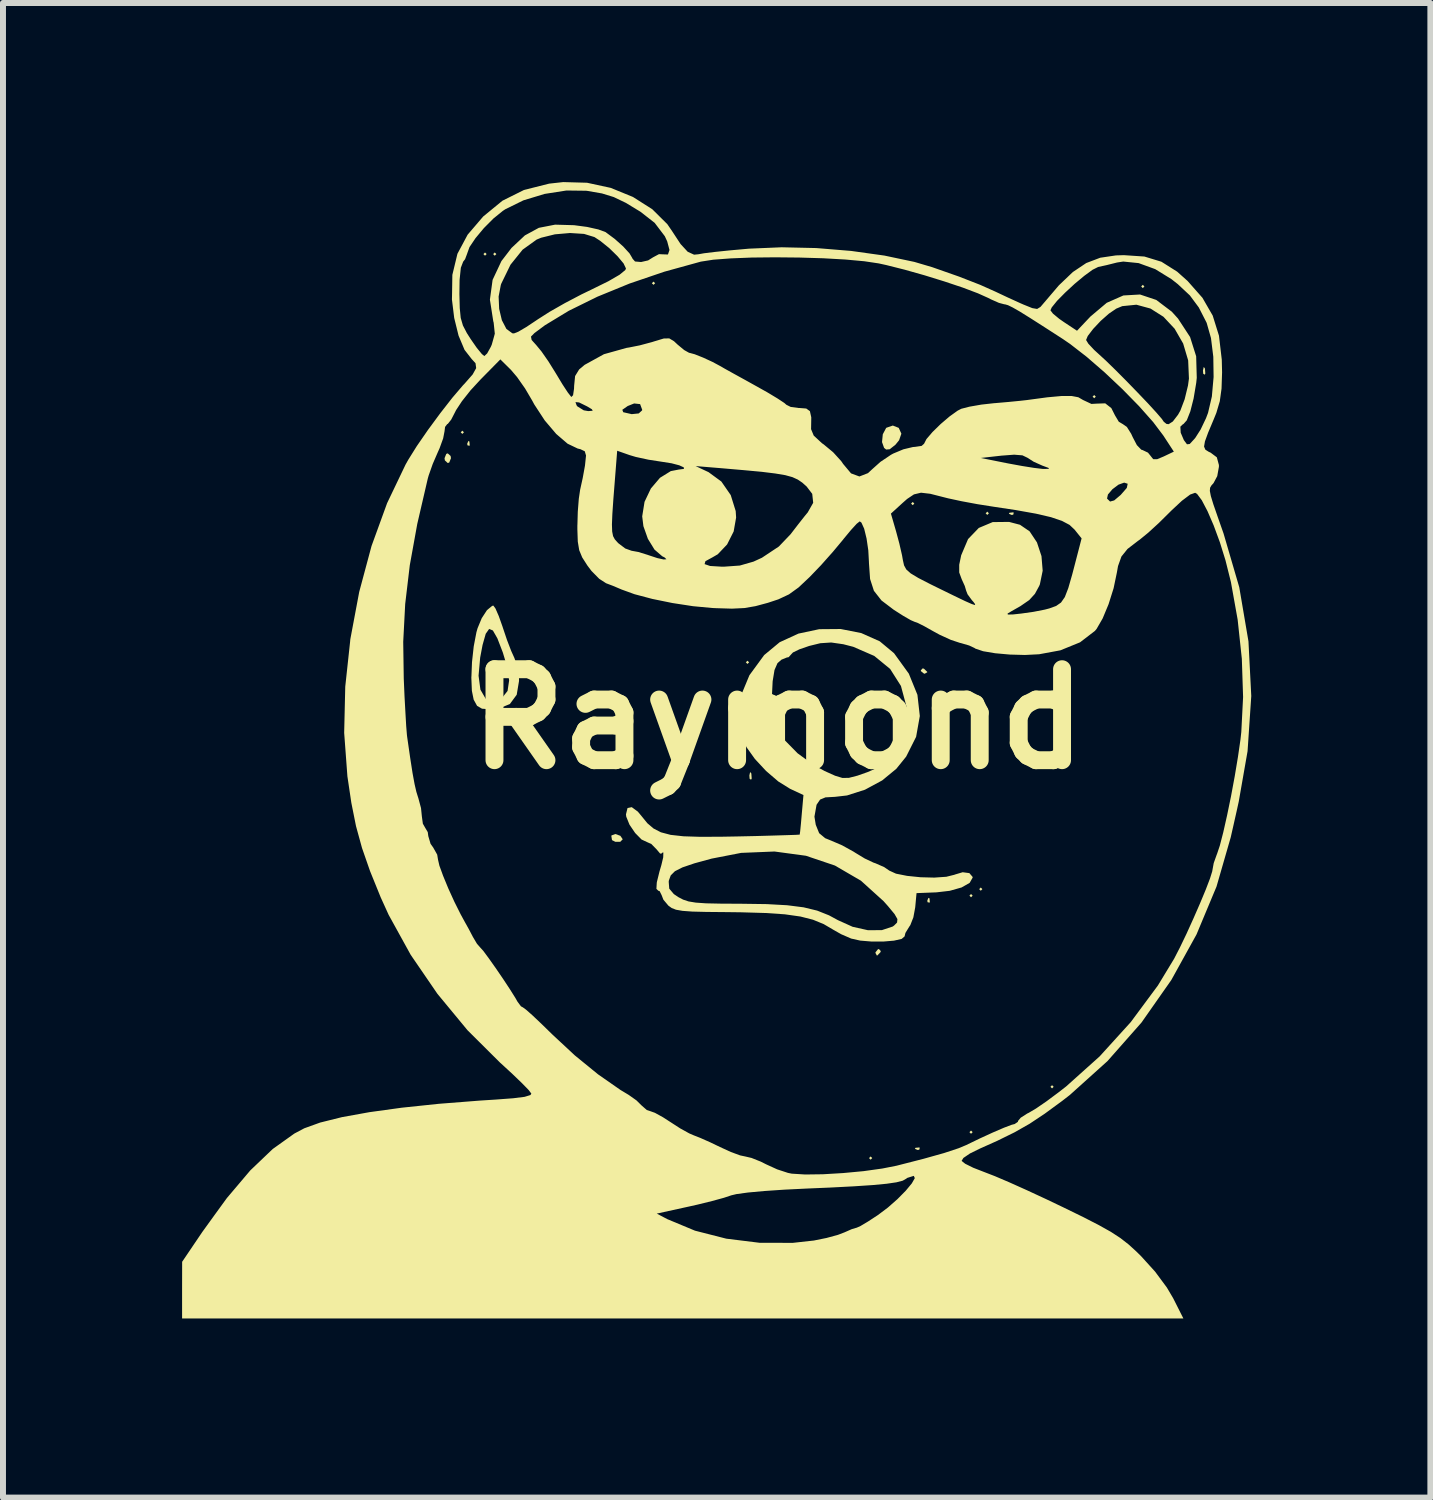
<source format=kicad_pcb>
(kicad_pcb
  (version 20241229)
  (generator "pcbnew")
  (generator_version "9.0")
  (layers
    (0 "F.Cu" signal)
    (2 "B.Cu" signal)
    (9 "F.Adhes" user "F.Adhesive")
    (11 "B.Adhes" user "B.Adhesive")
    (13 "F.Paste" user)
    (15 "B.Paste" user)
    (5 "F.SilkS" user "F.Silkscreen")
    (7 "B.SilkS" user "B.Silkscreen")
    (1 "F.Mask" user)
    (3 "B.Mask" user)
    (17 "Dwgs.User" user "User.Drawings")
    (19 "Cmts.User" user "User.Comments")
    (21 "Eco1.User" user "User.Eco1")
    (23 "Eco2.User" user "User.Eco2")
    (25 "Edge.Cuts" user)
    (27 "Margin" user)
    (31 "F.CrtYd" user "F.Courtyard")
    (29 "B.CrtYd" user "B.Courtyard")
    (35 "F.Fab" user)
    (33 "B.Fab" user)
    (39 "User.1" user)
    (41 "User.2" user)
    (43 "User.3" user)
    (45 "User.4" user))
  (footprint "Raymond"
    (layer "F.Cu")
    (at 9.986 8.994)
    (property "Reference" "Raymond" (at 0 0 0) (layer "F.SilkS") (effects (font (size 1.524 1.524) (thickness 0.3))))
    (attr board_only exclude_from_pos_files exclude_from_bom)
    (fp_poly (pts (xy -5.265 -4.803) (xy -5.292 -4.776) (xy -5.319 -4.803) (xy -5.292 -4.83)) (stroke (width 0) (type solid)) (fill yes) (layer "F.SilkS"))
    (fp_poly (pts (xy -4.885 -7.788) (xy -4.912 -7.761) (xy -4.939 -7.788) (xy -4.912 -7.815)) (stroke (width 0) (type solid)) (fill yes) (layer "F.SilkS"))
    (fp_poly (pts (xy -4.722 -7.788) (xy -4.749 -7.761) (xy -4.776 -7.788) (xy -4.749 -7.815)) (stroke (width 0) (type solid)) (fill yes) (layer "F.SilkS"))
    (fp_poly (pts (xy -2.062 -7.3) (xy -2.09 -7.273) (xy -2.117 -7.3) (xy -2.09 -7.327)) (stroke (width 0) (type solid)) (fill yes) (layer "F.SilkS"))
    (fp_poly (pts (xy -0.488 -0.95) (xy -0.516 -0.923) (xy -0.543 -0.95) (xy -0.516 -0.977)) (stroke (width 0) (type solid)) (fill yes) (layer "F.SilkS"))
    (fp_poly (pts (xy 1.574 7.354) (xy 1.547 7.381) (xy 1.52 7.354) (xy 1.547 7.327)) (stroke (width 0) (type solid)) (fill yes) (layer "F.SilkS"))
    (fp_poly (pts (xy 2.279 -3.609) (xy 2.252 -3.582) (xy 2.225 -3.609) (xy 2.252 -3.636)) (stroke (width 0) (type solid)) (fill yes) (layer "F.SilkS"))
    (fp_poly (pts (xy 3.256 2.958) (xy 3.229 2.985) (xy 3.202 2.958) (xy 3.229 2.931)) (stroke (width 0) (type solid)) (fill yes) (layer "F.SilkS"))
    (fp_poly (pts (xy 3.256 6.92) (xy 3.229 6.947) (xy 3.202 6.92) (xy 3.229 6.893)) (stroke (width 0) (type solid)) (fill yes) (layer "F.SilkS"))
    (fp_poly (pts (xy 3.419 2.849) (xy 3.392 2.876) (xy 3.365 2.849) (xy 3.392 2.822)) (stroke (width 0) (type solid)) (fill yes) (layer "F.SilkS"))
    (fp_poly (pts (xy 3.528 -3.446) (xy 3.501 -3.419) (xy 3.474 -3.446) (xy 3.501 -3.474)) (stroke (width 0) (type solid)) (fill yes) (layer "F.SilkS"))
    (fp_poly (pts (xy 4.613 6.16) (xy 4.586 6.187) (xy 4.559 6.16) (xy 4.586 6.133)) (stroke (width 0) (type solid)) (fill yes) (layer "F.SilkS"))
    (fp_poly (pts (xy 5.319 -5.4) (xy 5.292 -5.373) (xy 5.265 -5.4) (xy 5.292 -5.427)) (stroke (width 0) (type solid)) (fill yes) (layer "F.SilkS"))
    (fp_poly (pts (xy 6.133 -7.246) (xy 6.106 -7.218) (xy 6.079 -7.246) (xy 6.106 -7.273)) (stroke (width 0) (type solid)) (fill yes) (layer "F.SilkS"))
    (fp_poly (pts (xy -5.174 -4.649) (xy -5.168 -4.585) (xy -5.174 -4.577) (xy -5.206 -4.585) (xy -5.21 -4.613) (xy -5.19 -4.658)) (stroke (width 0) (type solid)) (fill yes) (layer "F.SilkS"))
    (fp_poly (pts (xy -0.451 0.912) (xy -0.445 0.997) (xy -0.456 1.016) (xy -0.48 1) (xy -0.484 0.945) (xy -0.471 0.887)) (stroke (width 0) (type solid)) (fill yes) (layer "F.SilkS"))
    (fp_poly (pts (xy 2.37 7.182) (xy 2.362 7.214) (xy 2.334 7.218) (xy 2.289 7.199) (xy 2.298 7.182) (xy 2.362 7.176)) (stroke (width 0) (type solid)) (fill yes) (layer "F.SilkS"))
    (fp_poly (pts (xy 2.533 3.003) (xy 2.539 3.068) (xy 2.533 3.075) (xy 2.5 3.068) (xy 2.497 3.039) (xy 2.516 2.995)) (stroke (width 0) (type solid)) (fill yes) (layer "F.SilkS"))
    (fp_poly (pts (xy 3.944 -3.455) (xy 3.936 -3.423) (xy 3.908 -3.419) (xy 3.863 -3.439) (xy 3.872 -3.455) (xy 3.936 -3.462)) (stroke (width 0) (type solid)) (fill yes) (layer "F.SilkS"))
    (fp_poly (pts (xy 7.147 -5.872) (xy 7.153 -5.787) (xy 7.143 -5.768) (xy 7.118 -5.784) (xy 7.114 -5.839) (xy 7.127 -5.897)) (stroke (width 0) (type solid)) (fill yes) (layer "F.SilkS"))
    (fp_poly (pts (xy -5.488 -4.406) (xy -5.482 -4.369) (xy -5.511 -4.297) (xy -5.536 -4.288) (xy -5.584 -4.332) (xy -5.59 -4.369) (xy -5.561 -4.441) (xy -5.536 -4.45)) (stroke (width 0) (type solid)) (fill yes) (layer "F.SilkS"))
    (fp_poly (pts (xy -2.645 1.956) (xy -2.605 2.014) (xy -2.646 2.056) (xy -2.73 2.056) (xy -2.785 2.028) (xy -2.796 1.957) (xy -2.792 1.949) (xy -2.728 1.926)) (stroke (width 0) (type solid)) (fill yes) (layer "F.SilkS"))
    (fp_poly (pts (xy 1.718 3.887) (xy 1.71 3.908) (xy 1.661 3.959) (xy 1.652 3.962) (xy 1.629 3.92) (xy 1.628 3.908) (xy 1.67 3.856) (xy 1.686 3.853)) (stroke (width 0) (type solid)) (fill yes) (layer "F.SilkS"))
    (fp_poly (pts (xy 2.442 -0.841) (xy 2.494 -0.792) (xy 2.497 -0.784) (xy 2.455 -0.76) (xy 2.442 -0.76) (xy 2.39 -0.802) (xy 2.388 -0.817) (xy 2.421 -0.85)) (stroke (width 0) (type solid)) (fill yes) (layer "F.SilkS"))
    (fp_poly (pts (xy 2.018 -4.877) (xy 2.062 -4.78) (xy 2.062 -4.779) (xy 2.024 -4.67) (xy 1.963 -4.595) (xy 1.867 -4.519) (xy 1.807 -4.514) (xy 1.773 -4.541) (xy 1.738 -4.639) (xy 1.751 -4.77) (xy 1.806 -4.874) (xy 1.811 -4.879) (xy 1.919 -4.916)) (stroke (width 0) (type solid)) (fill yes) (layer "F.SilkS"))
    (fp_poly (pts (xy -4.737 -1.852) (xy -4.682 -1.726) (xy -4.619 -1.549) (xy -4.614 -1.533) (xy -4.544 -1.325) (xy -4.473 -1.14) (xy -4.42 -1.023) (xy -4.37 -0.876) (xy -4.343 -0.689) (xy -4.342 -0.639) (xy -4.381 -0.407) (xy -4.496 -0.251) (xy -4.688 -0.173) (xy -4.814 -0.163) (xy -4.962 -0.173) (xy -5.045 -0.221) (xy -5.102 -0.325) (xy -5.132 -0.473) (xy -5.141 -0.694) (xy -5.139 -0.726) (xy -5.02 -0.726) (xy -4.989 -0.492) (xy -4.901 -0.34) (xy -4.868 -0.314) (xy -4.793 -0.278) (xy -4.724 -0.292) (xy -4.625 -0.356) (xy -4.534 -0.471) (xy -4.508 -0.647) (xy -4.547 -0.894) (xy -4.614 -1.116) (xy -4.705 -1.352) (xy -4.78 -1.483) (xy -4.843 -1.509) (xy -4.9 -1.428) (xy -4.953 -1.241) (xy -4.993 -1.03) (xy -5.02 -0.726) (xy -5.139 -0.726) (xy -5.13 -0.953) (xy -5.101 -1.217) (xy -5.056 -1.453) (xy -5.037 -1.52) (xy -4.967 -1.689) (xy -4.879 -1.824) (xy -4.793 -1.895) (xy -4.772 -1.9)) (stroke (width 0) (type solid)) (fill yes) (layer "F.SilkS"))
    (fp_poly (pts (xy 1.39 -1.44) (xy 1.7 -1.302) (xy 1.939 -1.103) (xy 2.187 -0.76) (xy 2.331 -0.406) (xy 2.371 -0.05) (xy 2.309 0.298) (xy 2.142 0.63) (xy 1.978 0.833) (xy 1.741 1.028) (xy 1.452 1.184) (xy 1.152 1.28) (xy 0.952 1.303) (xy 0.791 1.312) (xy 0.701 1.349) (xy 0.644 1.432) (xy 0.641 1.439) (xy 0.606 1.635) (xy 0.628 1.771) (xy 0.685 1.912) (xy 0.786 1.996) (xy 0.885 2.036) (xy 1.069 2.115) (xy 1.259 2.22) (xy 1.292 2.241) (xy 1.449 2.336) (xy 1.595 2.405) (xy 1.628 2.416) (xy 1.774 2.48) (xy 1.86 2.539) (xy 1.972 2.59) (xy 2.158 2.627) (xy 2.383 2.65) (xy 2.614 2.656) (xy 2.815 2.642) (xy 2.952 2.608) (xy 2.958 2.605) (xy 3.089 2.566) (xy 3.201 2.581) (xy 3.256 2.645) (xy 3.256 2.656) (xy 3.206 2.744) (xy 3.071 2.821) (xy 2.873 2.877) (xy 2.65 2.903) (xy 2.316 2.916) (xy 2.294 3.154) (xy 2.263 3.322) (xy 2.212 3.452) (xy 2.194 3.478) (xy 2.13 3.583) (xy 2.116 3.641) (xy 2.067 3.683) (xy 1.938 3.712) (xy 1.761 3.727) (xy 1.562 3.727) (xy 1.372 3.711) (xy 1.221 3.677) (xy 1.053 3.604) (xy 0.923 3.53) (xy 0.761 3.435) (xy 0.583 3.362) (xy 0.372 3.308) (xy 0.111 3.271) (xy -0.216 3.249) (xy -0.627 3.237) (xy -0.876 3.234) (xy -1.203 3.231) (xy -1.44 3.225) (xy -1.604 3.213) (xy -1.713 3.194) (xy -1.786 3.165) (xy -1.84 3.126) (xy -1.924 3.026) (xy -1.954 2.949) (xy -1.987 2.883) (xy -2.009 2.876) (xy -2.041 2.845) (xy -2.035 2.742) (xy -2.032 2.726) (xy -1.835 2.726) (xy -1.826 2.841) (xy -1.749 2.932) (xy -1.672 2.984) (xy -1.593 3.025) (xy -1.503 3.055) (xy -1.382 3.075) (xy -1.211 3.087) (xy -0.971 3.092) (xy -0.643 3.094) (xy -0.624 3.094) (xy -0.193 3.1) (xy 0.15 3.119) (xy 0.425 3.154) (xy 0.652 3.209) (xy 0.85 3.288) (xy 1 3.369) (xy 1.246 3.48) (xy 1.501 3.537) (xy 1.735 3.536) (xy 1.916 3.476) (xy 1.94 3.459) (xy 1.99 3.409) (xy 1.996 3.351) (xy 1.948 3.267) (xy 1.838 3.134) (xy 1.764 3.051) (xy 1.385 2.708) (xy 0.949 2.454) (xy 0.463 2.29) (xy -0.063 2.219) (xy -0.622 2.242) (xy -1.116 2.338) (xy -1.405 2.417) (xy -1.605 2.485) (xy -1.731 2.549) (xy -1.801 2.619) (xy -1.832 2.704) (xy -1.835 2.726) (xy -2.032 2.726) (xy -1.99 2.555) (xy -1.958 2.446) (xy -1.927 2.316) (xy -1.925 2.239) (xy -1.928 2.233) (xy -1.953 2.245) (xy -1.954 2.255) (xy -1.979 2.253) (xy -2.038 2.183) (xy -2.126 2.093) (xy -2.196 2.062) (xy -2.29 2.018) (xy -2.397 1.909) (xy -2.492 1.769) (xy -2.546 1.636) (xy -2.551 1.597) (xy -2.525 1.491) (xy -2.454 1.476) (xy -2.352 1.551) (xy -2.288 1.628) (xy -2.193 1.745) (xy -2.09 1.833) (xy -1.966 1.897) (xy -1.804 1.94) (xy -1.588 1.964) (xy -1.303 1.973) (xy -0.934 1.971) (xy -0.706 1.967) (xy -0.38 1.96) (xy -0.094 1.952) (xy 0.136 1.945) (xy 0.292 1.94) (xy 0.358 1.936) (xy 0.359 1.935) (xy 0.367 1.881) (xy 0.38 1.75) (xy 0.393 1.6) (xy 0.422 1.273) (xy 0.197 1.168) (xy 0.001 1.046) (xy -0.204 0.87) (xy -0.391 0.669) (xy -0.533 0.47) (xy -0.597 0.329) (xy -0.659 -0.048) (xy -0.622 -0.398) (xy -0.619 -0.406) (xy -0.105 -0.406) (xy -0.095 -0.173) (xy -0.064 0.03) (xy -0.035 0.126) (xy 0.105 0.351) (xy 0.324 0.574) (xy 0.597 0.773) (xy 0.775 0.87) (xy 0.953 0.95) (xy 1.075 0.987) (xy 1.184 0.985) (xy 1.32 0.95) (xy 1.325 0.949) (xy 1.498 0.888) (xy 1.645 0.823) (xy 1.677 0.805) (xy 1.786 0.701) (xy 1.86 0.583) (xy 1.919 0.478) (xy 1.966 0.434) (xy 2.027 0.386) (xy 2.084 0.261) (xy 2.129 0.095) (xy 2.152 -0.081) (xy 2.149 -0.204) (xy 2.055 -0.554) (xy 1.874 -0.839) (xy 1.608 -1.057) (xy 1.256 -1.21) (xy 1.089 -1.253) (xy 0.887 -1.282) (xy 0.704 -1.27) (xy 0.517 -1.224) (xy 0.355 -1.168) (xy 0.246 -1.115) (xy 0.217 -1.084) (xy 0.174 -1.036) (xy 0.144 -1.031) (xy 0.053 -0.994) (xy -0.013 -0.936) (xy -0.063 -0.821) (xy -0.094 -0.633) (xy -0.105 -0.406) (xy -0.619 -0.406) (xy -0.483 -0.734) (xy -0.24 -1.066) (xy -0.234 -1.073) (xy 0.024 -1.287) (xy 0.338 -1.431) (xy 0.686 -1.505) (xy 1.045 -1.508)) (stroke (width 0) (type solid)) (fill yes) (layer "F.SilkS"))
    (fp_poly (pts (xy -3.203 -8.983) (xy -2.806 -8.897) (xy -2.434 -8.745) (xy -2.11 -8.539) (xy -1.858 -8.289) (xy -1.78 -8.175) (xy -1.636 -7.956) (xy -1.517 -7.827) (xy -1.41 -7.778) (xy -1.338 -7.785) (xy -1.242 -7.802) (xy -1.062 -7.824) (xy -0.822 -7.849) (xy -0.545 -7.874) (xy -0.488 -7.879) (xy 0.057 -7.902) (xy 0.637 -7.889) (xy 1.22 -7.841) (xy 1.778 -7.763) (xy 2.28 -7.657) (xy 2.578 -7.569) (xy 3.028 -7.411) (xy 3.382 -7.273) (xy 3.635 -7.16) (xy 3.841 -7.063) (xy 4.056 -6.965) (xy 4.111 -6.941) (xy 4.255 -6.883) (xy 4.336 -6.869) (xy 4.392 -6.903) (xy 4.438 -6.957) (xy 4.701 -7.265) (xy 4.935 -7.488) (xy 5.159 -7.638) (xy 5.393 -7.727) (xy 5.657 -7.766) (xy 5.79 -7.77) (xy 6.133 -7.747) (xy 6.418 -7.66) (xy 6.681 -7.494) (xy 6.856 -7.338) (xy 7.105 -7.056) (xy 7.277 -6.758) (xy 7.382 -6.421) (xy 7.429 -6.019) (xy 7.434 -5.807) (xy 7.425 -5.535) (xy 7.396 -5.324) (xy 7.338 -5.128) (xy 7.294 -5.02) (xy 7.2 -4.796) (xy 7.147 -4.651) (xy 7.132 -4.564) (xy 7.154 -4.512) (xy 7.211 -4.476) (xy 7.242 -4.462) (xy 7.346 -4.384) (xy 7.381 -4.255) (xy 7.381 -4.225) (xy 7.353 -4.069) (xy 7.291 -3.952) (xy 7.255 -3.912) (xy 7.233 -3.874) (xy 7.229 -3.821) (xy 7.246 -3.734) (xy 7.288 -3.597) (xy 7.359 -3.392) (xy 7.459 -3.107) (xy 7.722 -2.207) (xy 7.876 -1.301) (xy 7.923 -0.386) (xy 7.861 0.538) (xy 7.713 1.384) (xy 7.676 1.552) (xy 7.626 1.774) (xy 7.579 1.981) (xy 7.341 2.806) (xy 7.006 3.608) (xy 6.584 4.371) (xy 6.084 5.084) (xy 5.514 5.73) (xy 4.884 6.297) (xy 4.755 6.397) (xy 4.463 6.611) (xy 4.209 6.78) (xy 3.955 6.924) (xy 3.666 7.066) (xy 3.382 7.193) (xy 3.211 7.277) (xy 3.101 7.352) (xy 3.071 7.401) (xy 3.131 7.449) (xy 3.266 7.516) (xy 3.448 7.587) (xy 3.461 7.592) (xy 3.629 7.657) (xy 3.87 7.76) (xy 4.162 7.891) (xy 4.481 8.039) (xy 4.772 8.178) (xy 5.112 8.344) (xy 5.372 8.478) (xy 5.572 8.59) (xy 5.73 8.693) (xy 5.865 8.798) (xy 5.996 8.917) (xy 6.08 9) (xy 6.312 9.256) (xy 6.509 9.522) (xy 6.615 9.702) (xy 6.786 10.041) (xy -9.986 10.041) (xy -9.986 9.566) (xy -9.985 9.091) (xy -9.647 8.591) (xy -9.425 8.284) (xy -2.035 8.284) (xy -1.858 8.377) (xy -1.395 8.57) (xy -0.87 8.704) (xy -0.312 8.773) (xy 0.245 8.774) (xy 0.597 8.735) (xy 0.809 8.692) (xy 1 8.64) (xy 1.107 8.599) (xy 1.23 8.545) (xy 1.31 8.521) (xy 1.312 8.521) (xy 1.377 8.492) (xy 1.503 8.417) (xy 1.665 8.311) (xy 1.671 8.307) (xy 1.837 8.182) (xy 1.997 8.041) (xy 2.136 7.9) (xy 2.237 7.778) (xy 2.287 7.69) (xy 2.271 7.653) (xy 2.266 7.653) (xy 2.161 7.686) (xy 2.141 7.701) (xy 2.084 7.733) (xy 1.979 7.76) (xy 1.815 7.784) (xy 1.582 7.806) (xy 1.268 7.827) (xy 0.865 7.848) (xy 0.488 7.864) (xy 0.101 7.883) (xy -0.236 7.906) (xy -0.508 7.931) (xy -0.699 7.957) (xy -0.787 7.978) (xy -0.91 8.019) (xy -1.107 8.073) (xy -1.346 8.132) (xy -1.493 8.165) (xy -2.035 8.284) (xy -9.425 8.284) (xy -9.236 8.024) (xy -8.844 7.561) (xy -8.468 7.202) (xy -8.105 6.943) (xy -7.939 6.855) (xy -7.673 6.759) (xy -7.307 6.668) (xy -6.848 6.585) (xy -6.305 6.51) (xy -5.686 6.445) (xy -4.998 6.391) (xy -4.733 6.374) (xy -4.44 6.352) (xy -4.248 6.328) (xy -4.151 6.298) (xy -4.136 6.274) (xy -4.18 6.215) (xy -4.291 6.101) (xy -4.451 5.947) (xy -4.643 5.77) (xy -4.659 5.756) (xy -5.204 5.214) (xy -5.709 4.603) (xy -6.157 3.949) (xy -6.526 3.28) (xy -6.66 2.985) (xy -6.838 2.546) (xy -6.972 2.161) (xy -7.073 1.793) (xy -7.151 1.403) (xy -7.217 0.959) (xy -7.271 0.231) (xy -7.253 -0.542) (xy -7.172 -1.293) (xy -6.282 -1.293) (xy -6.273 -0.678) (xy -6.26 -0.378) (xy -6.245 -0.105) (xy -6.232 0.118) (xy -6.22 0.266) (xy -6.216 0.299) (xy -6.166 0.646) (xy -6.126 0.904) (xy -6.092 1.089) (xy -6.062 1.219) (xy -6.033 1.312) (xy -6.03 1.32) (xy -5.984 1.491) (xy -5.97 1.629) (xy -5.953 1.753) (xy -5.916 1.818) (xy -5.871 1.894) (xy -5.862 1.961) (xy -5.824 2.09) (xy -5.78 2.152) (xy -5.713 2.271) (xy -5.699 2.356) (xy -5.676 2.456) (xy -5.614 2.626) (xy -5.527 2.837) (xy -5.425 3.061) (xy -5.32 3.271) (xy -5.254 3.392) (xy -5.181 3.523) (xy -5.115 3.649) (xy -5.047 3.764) (xy -4.991 3.828) (xy -4.941 3.883) (xy -4.85 4.006) (xy -4.734 4.17) (xy -4.609 4.353) (xy -4.493 4.529) (xy -4.402 4.674) (xy -4.37 4.731) (xy -4.31 4.812) (xy -4.277 4.83) (xy -4.226 4.867) (xy -4.115 4.965) (xy -3.961 5.111) (xy -3.788 5.28) (xy -3.41 5.632) (xy -3.019 5.951) (xy -2.643 6.213) (xy -2.505 6.296) (xy -2.375 6.388) (xy -2.29 6.472) (xy -2.202 6.549) (xy -2.147 6.567) (xy -2.066 6.596) (xy -1.93 6.671) (xy -1.809 6.749) (xy -1.642 6.857) (xy -1.492 6.94) (xy -1.418 6.972) (xy -1.304 7.017) (xy -1.133 7.093) (xy -0.975 7.169) (xy -0.794 7.252) (xy -0.639 7.309) (xy -0.554 7.327) (xy -0.447 7.352) (xy -0.292 7.414) (xy -0.202 7.459) (xy -0.018 7.543) (xy 0.162 7.602) (xy 0.226 7.615) (xy 0.451 7.629) (xy 0.749 7.625) (xy 1.086 7.605) (xy 1.428 7.573) (xy 1.743 7.529) (xy 1.981 7.482) (xy 2.43 7.367) (xy 2.776 7.27) (xy 3.021 7.189) (xy 3.148 7.136) (xy 3.373 7.027) (xy 3.591 6.927) (xy 3.779 6.846) (xy 3.911 6.796) (xy 3.959 6.784) (xy 4.014 6.747) (xy 4.016 6.732) (xy 4.061 6.678) (xy 4.17 6.608) (xy 4.197 6.595) (xy 4.317 6.524) (xy 4.492 6.404) (xy 4.695 6.253) (xy 4.821 6.155) (xy 5.383 5.651) (xy 5.904 5.077) (xy 6.359 4.463) (xy 6.63 4.016) (xy 6.727 3.828) (xy 6.839 3.595) (xy 6.954 3.341) (xy 7.065 3.087) (xy 7.161 2.856) (xy 7.232 2.67) (xy 7.269 2.551) (xy 7.273 2.528) (xy 7.294 2.413) (xy 7.346 2.267) (xy 7.349 2.261) (xy 7.396 2.121) (xy 7.454 1.897) (xy 7.518 1.613) (xy 7.584 1.292) (xy 7.646 0.958) (xy 7.7 0.634) (xy 7.742 0.344) (xy 7.756 0.217) (xy 7.786 -0.369) (xy 7.765 -1.009) (xy 7.695 -1.664) (xy 7.582 -2.295) (xy 7.491 -2.659) (xy 7.397 -2.961) (xy 7.294 -3.241) (xy 7.19 -3.482) (xy 7.094 -3.665) (xy 7.015 -3.771) (xy 6.983 -3.79) (xy 6.899 -3.76) (xy 6.761 -3.656) (xy 6.585 -3.492) (xy 6.553 -3.46) (xy 6.374 -3.283) (xy 6.198 -3.122) (xy 6.055 -3.005) (xy 6.024 -2.983) (xy 5.85 -2.849) (xy 5.748 -2.722) (xy 5.691 -2.562) (xy 5.672 -2.454) (xy 5.617 -2.191) (xy 5.533 -1.924) (xy 5.434 -1.686) (xy 5.333 -1.511) (xy 5.304 -1.476) (xy 5.055 -1.285) (xy 4.726 -1.151) (xy 4.369 -1.085) (xy 4.132 -1.073) (xy 3.877 -1.08) (xy 3.633 -1.102) (xy 3.431 -1.136) (xy 3.301 -1.18) (xy 3.285 -1.191) (xy 3.197 -1.232) (xy 3.057 -1.273) (xy 3.045 -1.275) (xy 2.891 -1.326) (xy 2.701 -1.413) (xy 2.595 -1.471) (xy 2.442 -1.557) (xy 2.327 -1.614) (xy 2.285 -1.628) (xy 2.22 -1.656) (xy 2.093 -1.729) (xy 1.936 -1.829) (xy 1.729 -1.986) (xy 1.602 -2.148) (xy 1.538 -2.346) (xy 1.519 -2.616) (xy 1.519 -2.627) (xy 1.508 -2.827) (xy 1.479 -3.024) (xy 1.439 -3.188) (xy 1.393 -3.29) (xy 1.365 -3.311) (xy 1.314 -3.271) (xy 1.218 -3.166) (xy 1.096 -3.019) (xy 1.083 -3.002) (xy 0.917 -2.803) (xy 0.717 -2.578) (xy 0.526 -2.379) (xy 0.34 -2.204) (xy 0.179 -2.088) (xy 0.002 -2.005) (xy -0.173 -1.947) (xy -0.381 -1.891) (xy -0.568 -1.859) (xy -0.775 -1.849) (xy -1.042 -1.857) (xy -1.106 -1.86) (xy -1.426 -1.89) (xy -1.772 -1.943) (xy -2.11 -2.012) (xy -2.408 -2.091) (xy -2.631 -2.172) (xy -2.632 -2.173) (xy -2.769 -2.231) (xy -2.885 -2.275) (xy -2.999 -2.349) (xy -3.129 -2.481) (xy -3.197 -2.571) (xy -3.284 -2.707) (xy -3.334 -2.828) (xy -3.358 -2.972) (xy -3.365 -3.177) (xy -3.365 -3.239) (xy -3.364 -3.259) (xy -2.786 -3.259) (xy -2.782 -3.141) (xy -2.767 -3.064) (xy -2.738 -3.01) (xy -2.696 -2.963) (xy -2.679 -2.945) (xy -2.563 -2.857) (xy -2.458 -2.819) (xy -2.343 -2.798) (xy -2.191 -2.751) (xy -2.171 -2.744) (xy -2.026 -2.696) (xy -1.921 -2.673) (xy -1.873 -2.676) (xy -1.903 -2.706) (xy -1.944 -2.727) (xy -2.073 -2.838) (xy -2.184 -3.019) (xy -2.259 -3.231) (xy -2.279 -3.395) (xy -2.24 -3.638) (xy -2.134 -3.861) (xy -1.981 -4.041) (xy -1.8 -4.153) (xy -1.666 -4.179) (xy -1.58 -4.19) (xy -1.583 -4.216) (xy -1.63 -4.237) (xy -1.384 -4.237) (xy -1.167 -4.135) (xy -0.953 -3.978) (xy -0.796 -3.751) (xy -0.713 -3.484) (xy -0.706 -3.375) (xy -0.747 -3.142) (xy -0.857 -2.924) (xy -1.013 -2.76) (xy -1.099 -2.71) (xy -1.22 -2.644) (xy -1.234 -2.595) (xy -1.143 -2.564) (xy -0.947 -2.552) (xy -0.909 -2.552) (xy -0.644 -2.571) (xy -0.414 -2.637) (xy -0.273 -2.702) (xy 0.01 -2.89) (xy 0.206 -3.095) (xy 0.33 -3.256) (xy 0.444 -3.401) (xy 0.477 -3.441) (xy 1.887 -3.441) (xy 1.973 -3.145) (xy 2.028 -2.94) (xy 2.073 -2.744) (xy 2.088 -2.659) (xy 2.107 -2.574) (xy 2.144 -2.506) (xy 2.218 -2.44) (xy 2.346 -2.363) (xy 2.546 -2.26) (xy 2.672 -2.198) (xy 2.942 -2.066) (xy 3.127 -1.977) (xy 3.24 -1.927) (xy 3.293 -1.91) (xy 3.298 -1.923) (xy 3.27 -1.961) (xy 3.243 -1.991) (xy 3.171 -2.089) (xy 3.148 -2.148) (xy 3.124 -2.229) (xy 3.073 -2.341) (xy 3.031 -2.455) (xy 3.031 -2.584) (xy 3.064 -2.743) (xy 3.179 -3.014) (xy 3.359 -3.201) (xy 3.592 -3.299) (xy 3.866 -3.302) (xy 4.049 -3.254) (xy 4.21 -3.144) (xy 4.333 -2.959) (xy 4.409 -2.729) (xy 4.429 -2.484) (xy 4.382 -2.256) (xy 4.371 -2.23) (xy 4.299 -2.097) (xy 4.204 -1.993) (xy 4.056 -1.891) (xy 3.908 -1.807) (xy 3.841 -1.767) (xy 3.845 -1.75) (xy 3.933 -1.752) (xy 4.071 -1.767) (xy 4.276 -1.796) (xy 4.465 -1.833) (xy 4.541 -1.853) (xy 4.654 -1.894) (xy 4.736 -1.951) (xy 4.8 -2.043) (xy 4.858 -2.193) (xy 4.923 -2.419) (xy 4.953 -2.533) (xy 5.081 -3.026) (xy 4.963 -3.173) (xy 4.879 -3.252) (xy 4.752 -3.319) (xy 4.569 -3.381) (xy 4.316 -3.44) (xy 3.98 -3.5) (xy 3.609 -3.556) (xy 3.337 -3.599) (xy 3.068 -3.649) (xy 2.864 -3.693) (xy 5.507 -3.693) (xy 5.508 -3.692) (xy 5.558 -3.643) (xy 5.627 -3.662) (xy 5.736 -3.754) (xy 5.838 -3.871) (xy 5.853 -3.941) (xy 5.794 -3.96) (xy 5.699 -3.926) (xy 5.597 -3.849) (xy 5.522 -3.761) (xy 5.507 -3.693) (xy 2.864 -3.693) (xy 2.845 -3.697) (xy 2.77 -3.716) (xy 2.546 -3.773) (xy 2.391 -3.791) (xy 2.273 -3.763) (xy 2.159 -3.687) (xy 2.083 -3.62) (xy 1.887 -3.441) (xy 0.477 -3.441) (xy 0.493 -3.46) (xy 0.585 -3.622) (xy 0.569 -3.772) (xy 0.475 -3.895) (xy 0.402 -3.96) (xy 0.327 -4.011) (xy 0.237 -4.052) (xy 0.117 -4.085) (xy -0.05 -4.113) (xy -0.277 -4.141) (xy -0.579 -4.169) (xy -0.972 -4.203) (xy -1.058 -4.21) (xy -1.384 -4.237) (xy -1.63 -4.237) (xy -1.658 -4.25) (xy -1.788 -4.284) (xy -1.954 -4.31) (xy -2.174 -4.344) (xy -2.386 -4.39) (xy -2.49 -4.421) (xy -2.698 -4.494) (xy -2.735 -4.025) (xy -2.762 -3.684) (xy -2.779 -3.434) (xy -2.786 -3.259) (xy -3.364 -3.259) (xy -3.358 -3.472) (xy -3.341 -3.689) (xy -3.318 -3.845) (xy -3.316 -3.853) (xy -3.275 -4.039) (xy -3.238 -4.243) (xy -3.235 -4.27) (xy -3.22 -4.414) (xy -3.241 -4.485) (xy -3.314 -4.52) (xy -3.36 -4.531) (xy -3.529 -4.612) (xy -3.719 -4.775) (xy -3.911 -5.001) (xy -4.087 -5.27) (xy -4.108 -5.309) (xy -3.397 -5.309) (xy -3.378 -5.255) (xy -3.365 -5.237) (xy -3.258 -5.171) (xy -3.182 -5.158) (xy -3.108 -5.164) (xy -3.117 -5.18) (xy -2.612 -5.18) (xy -2.597 -5.14) (xy -2.595 -5.139) (xy -2.455 -5.107) (xy -2.337 -5.119) (xy -2.281 -5.17) (xy -2.279 -5.18) (xy -2.314 -5.275) (xy -2.414 -5.286) (xy -2.522 -5.243) (xy -2.612 -5.18) (xy -3.117 -5.18) (xy -3.122 -5.189) (xy -3.202 -5.237) (xy -3.336 -5.303) (xy -3.397 -5.309) (xy -4.108 -5.309) (xy -4.121 -5.333) (xy -4.241 -5.537) (xy -4.375 -5.728) (xy -4.477 -5.848) (xy -4.655 -6.024) (xy -4.988 -5.686) (xy -5.155 -5.505) (xy -5.299 -5.323) (xy -5.397 -5.174) (xy -5.412 -5.144) (xy -5.478 -5.016) (xy -5.534 -4.945) (xy -5.546 -4.939) (xy -5.581 -4.893) (xy -5.59 -4.82) (xy -5.613 -4.701) (xy -5.672 -4.538) (xy -5.705 -4.464) (xy -5.788 -4.272) (xy -5.856 -4.079) (xy -5.871 -4.026) (xy -6.047 -3.267) (xy -6.172 -2.576) (xy -6.249 -1.927) (xy -6.282 -1.293) (xy -7.172 -1.293) (xy -7.168 -1.337) (xy -7.019 -2.13) (xy -6.813 -2.898) (xy -6.552 -3.616) (xy -6.243 -4.262) (xy -6.198 -4.342) (xy -6.055 -4.571) (xy -5.868 -4.842) (xy -5.661 -5.123) (xy -5.458 -5.383) (xy -5.283 -5.588) (xy -5.255 -5.617) (xy -5.119 -5.772) (xy -5.06 -5.878) (xy -5.071 -5.96) (xy -5.136 -6.031) (xy -5.255 -6.184) (xy -5.355 -6.422) (xy -5.428 -6.718) (xy -5.466 -7.028) (xy -5.464 -7.119) (xy -5.341 -7.119) (xy -5.335 -6.883) (xy -5.319 -6.719) (xy -5.282 -6.592) (xy -5.216 -6.465) (xy -5.151 -6.363) (xy -5.048 -6.215) (xy -4.964 -6.113) (xy -4.923 -6.08) (xy -4.876 -6.124) (xy -4.814 -6.236) (xy -4.799 -6.271) (xy -4.761 -6.406) (xy -4.142 -6.406) (xy -4.131 -6.349) (xy -4.055 -6.265) (xy -3.966 -6.157) (xy -3.849 -5.989) (xy -3.729 -5.796) (xy -3.721 -5.783) (xy -3.615 -5.607) (xy -3.526 -5.471) (xy -3.47 -5.399) (xy -3.465 -5.395) (xy -3.437 -5.424) (xy -3.421 -5.532) (xy -3.419 -5.584) (xy -3.403 -5.745) (xy -3.335 -5.856) (xy -3.243 -5.933) (xy -2.92 -6.111) (xy -2.541 -6.217) (xy -2.497 -6.224) (xy -2.321 -6.259) (xy -2.119 -6.313) (xy -2.068 -6.329) (xy -1.918 -6.374) (xy -1.826 -6.376) (xy -1.746 -6.328) (xy -1.685 -6.271) (xy -1.575 -6.18) (xy -1.493 -6.134) (xy -1.484 -6.133) (xy -1.399 -6.11) (xy -1.258 -6.054) (xy -1.1 -5.981) (xy -0.977 -5.915) (xy -0.897 -5.869) (xy -0.746 -5.785) (xy -0.548 -5.676) (xy -0.397 -5.592) (xy -0.186 -5.474) (xy -0.013 -5.37) (xy 0.102 -5.294) (xy 0.136 -5.264) (xy 0.208 -5.228) (xy 0.339 -5.21) (xy 0.356 -5.21) (xy 0.469 -5.201) (xy 0.53 -5.157) (xy 0.553 -5.054) (xy 0.55 -4.869) (xy 0.549 -4.857) (xy 0.594 -4.748) (xy 0.732 -4.62) (xy 0.761 -4.6) (xy 0.919 -4.469) (xy 1.054 -4.321) (xy 1.086 -4.274) (xy 1.219 -4.115) (xy 1.359 -4.063) (xy 1.503 -4.119) (xy 1.574 -4.185) (xy 1.713 -4.309) (xy 1.809 -4.373) (xy 3.392 -4.373) (xy 3.853 -4.281) (xy 4.082 -4.239) (xy 4.283 -4.207) (xy 4.424 -4.19) (xy 4.45 -4.189) (xy 4.534 -4.191) (xy 4.525 -4.207) (xy 4.423 -4.245) (xy 4.278 -4.31) (xy 4.175 -4.376) (xy 4.09 -4.417) (xy 3.951 -4.428) (xy 3.74 -4.412) (xy 3.392 -4.373) (xy 1.809 -4.373) (xy 1.886 -4.425) (xy 1.926 -4.447) (xy 2.096 -4.518) (xy 2.255 -4.556) (xy 2.292 -4.559) (xy 2.401 -4.575) (xy 2.442 -4.611) (xy 2.482 -4.689) (xy 2.583 -4.807) (xy 2.721 -4.942) (xy 2.87 -5.069) (xy 3.004 -5.165) (xy 3.066 -5.197) (xy 3.202 -5.232) (xy 3.403 -5.267) (xy 3.628 -5.292) (xy 3.636 -5.292) (xy 3.855 -5.311) (xy 4.048 -5.33) (xy 4.174 -5.344) (xy 4.179 -5.345) (xy 4.507 -5.389) (xy 4.747 -5.411) (xy 4.914 -5.411) (xy 5.026 -5.39) (xy 5.1 -5.347) (xy 5.103 -5.345) (xy 5.246 -5.278) (xy 5.331 -5.283) (xy 5.477 -5.288) (xy 5.579 -5.208) (xy 5.64 -5.087) (xy 5.704 -4.98) (xy 5.773 -4.939) (xy 5.839 -4.893) (xy 5.912 -4.777) (xy 5.937 -4.722) (xy 6.007 -4.588) (xy 6.08 -4.512) (xy 6.103 -4.505) (xy 6.193 -4.462) (xy 6.234 -4.411) (xy 6.28 -4.353) (xy 6.346 -4.352) (xy 6.456 -4.398) (xy 6.626 -4.479) (xy 6.449 -4.75) (xy 6.28 -4.974) (xy 6.045 -5.239) (xy 5.766 -5.524) (xy 5.466 -5.807) (xy 5.166 -6.067) (xy 4.889 -6.282) (xy 4.791 -6.349) (xy 5.156 -6.349) (xy 5.194 -6.287) (xy 5.29 -6.184) (xy 5.359 -6.121) (xy 5.49 -6.001) (xy 5.654 -5.841) (xy 5.837 -5.657) (xy 6.021 -5.467) (xy 6.192 -5.288) (xy 6.332 -5.135) (xy 6.426 -5.026) (xy 6.457 -4.98) (xy 6.503 -4.943) (xy 6.539 -4.939) (xy 6.609 -4.984) (xy 6.696 -5.097) (xy 6.735 -5.166) (xy 6.807 -5.356) (xy 6.863 -5.586) (xy 6.879 -5.702) (xy 6.866 -6.007) (xy 6.782 -6.29) (xy 6.639 -6.538) (xy 6.452 -6.738) (xy 6.234 -6.876) (xy 5.999 -6.94) (xy 5.762 -6.916) (xy 5.661 -6.874) (xy 5.539 -6.791) (xy 5.401 -6.669) (xy 5.274 -6.534) (xy 5.184 -6.416) (xy 5.156 -6.349) (xy 4.791 -6.349) (xy 4.771 -6.363) (xy 4.455 -6.567) (xy 4.217 -6.719) (xy 4.045 -6.826) (xy 4.01 -6.846) (xy 4.559 -6.846) (xy 4.601 -6.791) (xy 4.706 -6.704) (xy 4.782 -6.651) (xy 5.004 -6.504) (xy 5.229 -6.742) (xy 5.502 -6.972) (xy 5.781 -7.095) (xy 6.06 -7.111) (xy 6.332 -7.02) (xy 6.592 -6.823) (xy 6.696 -6.708) (xy 6.898 -6.399) (xy 7 -6.076) (xy 7.01 -5.715) (xy 7.001 -5.631) (xy 6.957 -5.369) (xy 6.902 -5.153) (xy 6.843 -5.004) (xy 6.786 -4.94) (xy 6.779 -4.939) (xy 6.735 -4.897) (xy 6.741 -4.796) (xy 6.794 -4.672) (xy 6.797 -4.668) (xy 6.846 -4.602) (xy 6.892 -4.607) (xy 6.967 -4.688) (xy 6.985 -4.709) (xy 7.075 -4.85) (xy 7.165 -5.039) (xy 7.199 -5.129) (xy 7.263 -5.403) (xy 7.292 -5.729) (xy 7.287 -6.068) (xy 7.248 -6.382) (xy 7.177 -6.632) (xy 7.173 -6.642) (xy 7.044 -6.894) (xy 6.895 -7.095) (xy 6.692 -7.285) (xy 6.585 -7.369) (xy 6.314 -7.536) (xy 6.036 -7.637) (xy 5.779 -7.663) (xy 5.675 -7.647) (xy 5.499 -7.603) (xy 5.358 -7.572) (xy 5.264 -7.525) (xy 5.126 -7.424) (xy 4.965 -7.29) (xy 4.806 -7.143) (xy 4.67 -7.005) (xy 4.581 -6.895) (xy 4.559 -6.846) (xy 4.01 -6.846) (xy 3.926 -6.894) (xy 3.848 -6.932) (xy 3.799 -6.946) (xy 3.786 -6.947) (xy 3.696 -6.971) (xy 3.56 -7.031) (xy 3.52 -7.052) (xy 3.344 -7.131) (xy 3.09 -7.227) (xy 2.782 -7.33) (xy 2.449 -7.433) (xy 2.116 -7.527) (xy 1.81 -7.604) (xy 1.682 -7.632) (xy 1.441 -7.668) (xy 1.123 -7.697) (xy 0.753 -7.718) (xy 0.353 -7.73) (xy -0.054 -7.734) (xy -0.445 -7.73) (xy -0.797 -7.716) (xy -1.088 -7.694) (xy -1.295 -7.662) (xy -1.303 -7.66) (xy -1.908 -7.493) (xy -2.49 -7.295) (xy -3.03 -7.074) (xy -3.509 -6.838) (xy -3.908 -6.596) (xy -4.084 -6.465) (xy -4.142 -6.406) (xy -4.761 -6.406) (xy -4.748 -6.455) (xy -4.767 -6.639) (xy -4.774 -6.665) (xy -4.83 -7.025) (xy -4.823 -7.077) (xy -4.684 -7.077) (xy -4.675 -6.871) (xy -4.63 -6.681) (xy -4.554 -6.535) (xy -4.456 -6.462) (xy -4.427 -6.459) (xy -4.354 -6.488) (xy -4.221 -6.566) (xy -4.054 -6.677) (xy -4.026 -6.696) (xy -3.83 -6.821) (xy -3.574 -6.967) (xy -3.296 -7.113) (xy -3.12 -7.198) (xy -2.846 -7.333) (xy -2.658 -7.442) (xy -2.562 -7.521) (xy -2.551 -7.547) (xy -2.591 -7.631) (xy -2.693 -7.753) (xy -2.831 -7.888) (xy -2.981 -8.009) (xy -3.079 -8.073) (xy -3.253 -8.126) (xy -3.488 -8.141) (xy -3.741 -8.119) (xy -3.972 -8.062) (xy -4.047 -8.031) (xy -4.282 -7.862) (xy -4.485 -7.61) (xy -4.638 -7.296) (xy -4.647 -7.272) (xy -4.684 -7.077) (xy -4.823 -7.077) (xy -4.785 -7.356) (xy -4.637 -7.671) (xy -4.468 -7.891) (xy -4.244 -8.101) (xy -4.01 -8.228) (xy -3.738 -8.281) (xy -3.42 -8.272) (xy -3.202 -8.243) (xy -3.014 -8.201) (xy -2.892 -8.156) (xy -2.887 -8.152) (xy -2.739 -8.042) (xy -2.598 -7.916) (xy -2.491 -7.799) (xy -2.443 -7.718) (xy -2.442 -7.712) (xy -2.399 -7.664) (xy -2.298 -7.655) (xy -2.18 -7.682) (xy -2.097 -7.734) (xy -1.998 -7.787) (xy -1.936 -7.784) (xy -1.848 -7.781) (xy -1.822 -7.857) (xy -1.86 -8) (xy -1.9 -8.087) (xy -2.071 -8.312) (xy -2.308 -8.497) (xy -2.553 -8.646) (xy -2.755 -8.743) (xy -2.953 -8.804) (xy -3.188 -8.845) (xy -3.218 -8.849) (xy -3.548 -8.853) (xy -3.913 -8.796) (xy -4.269 -8.688) (xy -4.572 -8.539) (xy -4.613 -8.512) (xy -4.771 -8.384) (xy -4.931 -8.223) (xy -5.071 -8.055) (xy -5.172 -7.905) (xy -5.21 -7.799) (xy -5.21 -7.798) (xy -5.246 -7.702) (xy -5.278 -7.661) (xy -5.317 -7.559) (xy -5.338 -7.354) (xy -5.341 -7.119) (xy -5.464 -7.119) (xy -5.459 -7.44) (xy -5.374 -7.793) (xy -5.203 -8.113) (xy -4.943 -8.417) (xy -4.62 -8.682) (xy -4.259 -8.862) (xy -3.838 -8.968) (xy -3.602 -8.994)) (stroke (width 0) (type solid)) (fill yes) (layer "F.SilkS")))
  (gr_rect
    (start -3 -3)
    (end 20.909 22.035)
    (stroke (width 0.1) (type default))
    (fill no)
    (layer "Edge.Cuts")))
</source>
